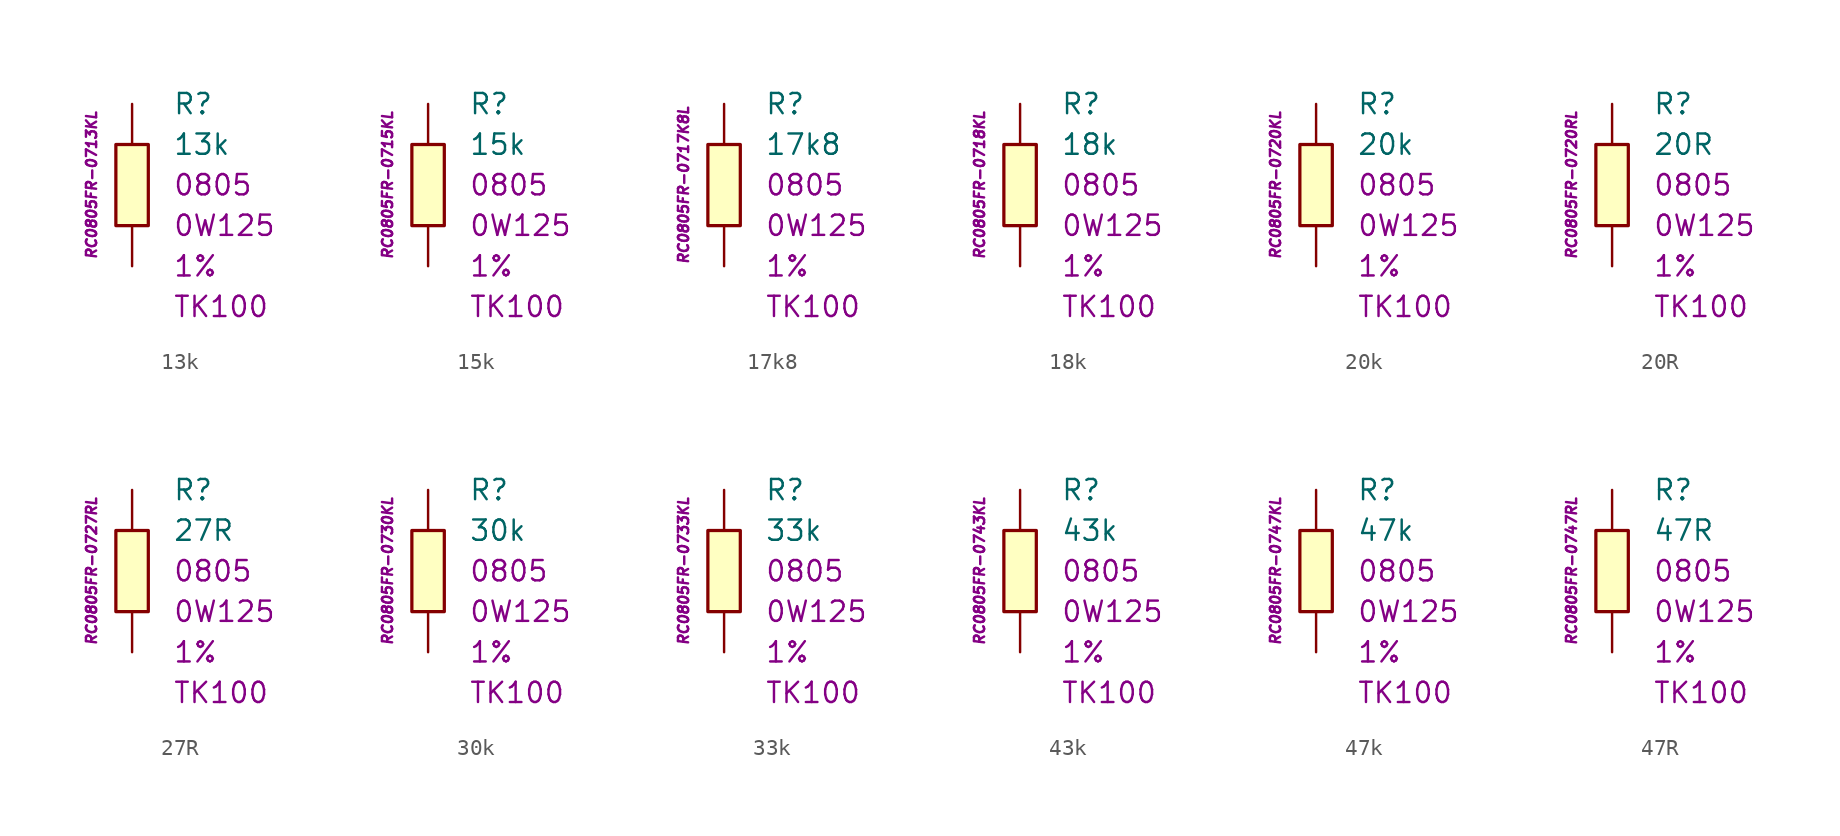
<source format=kicad_sym>
(kicad_symbol_lib
  (version 20201005)
  (generator kicad_symbol_editor)
  (symbol "13k"
    (pin_numbers hide)
    (pin_names
      (offset 1.016) hide)
    (property "Reference" "R"
      (at 2.54 5.08 0)
      (effects (font (size 1.27 1.27)) (justify left)))
    (property "Value" "13k"
      (at 2.54 2.54 0)
      (effects (font (size 1.27 1.27)) (justify left)))
    (property "Package" "0805"
      (at 2.54 0 0)
      (effects (font (size 1.27 1.27)) (justify left)))
    (property "Power" "0W125"
      (at 2.54 -2.54 0)
      (effects (font (size 1.27 1.27)) (justify left)))
    (property "Tolerance" "1%"
      (at 2.54 -5.08 0)
      (effects (font (size 1.27 1.27)) (justify left)))
    (property "TK" "TK100"
      (at 2.54 -7.62 0)
      (effects (font (size 1.27 1.27)) (justify left)))
    (property "ID" "RC0805FR-0713KL"
      (at -2.54 0 90)
      (effects (font (size 0.635 0.635) italic)))
    (symbol "13k_0_1"
      (rectangle (start -1.016 2.54) (end 1.016 -2.54) (stroke (width 0.203)) (fill (type background))))
    (symbol "13k_1_1"
      (pin passive line (at 0 5.08 270) (length 2.54) (name "~" (effects (font (size 1.778 1.778)))) (number "1" (effects (font (size 1.778 1.778)))))
      (pin passive line (at 0 -5.08 90) (length 2.54) (name "~" (effects (font (size 1.778 1.778)))) (number "2" (effects (font (size 1.778 1.778)))))))
  (symbol "15k"
    (pin_numbers hide)
    (pin_names
      (offset 1.016) hide)
    (property "Reference" "R"
      (at 2.54 5.08 0)
      (effects (font (size 1.27 1.27)) (justify left)))
    (property "Value" "15k"
      (at 2.54 2.54 0)
      (effects (font (size 1.27 1.27)) (justify left)))
    (property "Package" "0805"
      (at 2.54 0 0)
      (effects (font (size 1.27 1.27)) (justify left)))
    (property "Power" "0W125"
      (at 2.54 -2.54 0)
      (effects (font (size 1.27 1.27)) (justify left)))
    (property "Tolerance" "1%"
      (at 2.54 -5.08 0)
      (effects (font (size 1.27 1.27)) (justify left)))
    (property "TK" "TK100"
      (at 2.54 -7.62 0)
      (effects (font (size 1.27 1.27)) (justify left)))
    (property "ID" "RC0805FR-0715KL"
      (at -2.54 0 90)
      (effects (font (size 0.635 0.635) italic)))
    (symbol "15k_0_1"
      (rectangle (start -1.016 2.54) (end 1.016 -2.54) (stroke (width 0.203)) (fill (type background))))
    (symbol "15k_1_1"
      (pin passive line (at 0 5.08 270) (length 2.54) (name "~" (effects (font (size 1.778 1.778)))) (number "1" (effects (font (size 1.778 1.778)))))
      (pin passive line (at 0 -5.08 90) (length 2.54) (name "~" (effects (font (size 1.778 1.778)))) (number "2" (effects (font (size 1.778 1.778)))))))
  (symbol "17k8"
    (pin_numbers hide)
    (pin_names
      (offset 1.016) hide)
    (property "Reference" "R"
      (at 2.54 5.08 0)
      (effects (font (size 1.27 1.27)) (justify left)))
    (property "Value" "17k8"
      (at 2.54 2.54 0)
      (effects (font (size 1.27 1.27)) (justify left)))
    (property "Package" "0805"
      (at 2.54 0 0)
      (effects (font (size 1.27 1.27)) (justify left)))
    (property "Power" "0W125"
      (at 2.54 -2.54 0)
      (effects (font (size 1.27 1.27)) (justify left)))
    (property "Tolerance" "1%"
      (at 2.54 -5.08 0)
      (effects (font (size 1.27 1.27)) (justify left)))
    (property "TK" "TK100"
      (at 2.54 -7.62 0)
      (effects (font (size 1.27 1.27)) (justify left)))
    (property "ID" "RC0805FR-0717K8L"
      (at -2.54 0 90)
      (effects (font (size 0.635 0.635) italic)))
    (symbol "17k8_0_1"
      (rectangle (start -1.016 2.54) (end 1.016 -2.54) (stroke (width 0.203)) (fill (type background))))
    (symbol "17k8_1_1"
      (pin passive line (at 0 5.08 270) (length 2.54) (name "~" (effects (font (size 1.778 1.778)))) (number "1" (effects (font (size 1.778 1.778)))))
      (pin passive line (at 0 -5.08 90) (length 2.54) (name "~" (effects (font (size 1.778 1.778)))) (number "2" (effects (font (size 1.778 1.778)))))))
  (symbol "18k"
    (pin_numbers hide)
    (pin_names
      (offset 1.016) hide)
    (property "Reference" "R"
      (at 2.54 5.08 0)
      (effects (font (size 1.27 1.27)) (justify left)))
    (property "Value" "18k"
      (at 2.54 2.54 0)
      (effects (font (size 1.27 1.27)) (justify left)))
    (property "Package" "0805"
      (at 2.54 0 0)
      (effects (font (size 1.27 1.27)) (justify left)))
    (property "Power" "0W125"
      (at 2.54 -2.54 0)
      (effects (font (size 1.27 1.27)) (justify left)))
    (property "Tolerance" "1%"
      (at 2.54 -5.08 0)
      (effects (font (size 1.27 1.27)) (justify left)))
    (property "TK" "TK100"
      (at 2.54 -7.62 0)
      (effects (font (size 1.27 1.27)) (justify left)))
    (property "ID" "RC0805FR-0718KL"
      (at -2.54 0 90)
      (effects (font (size 0.635 0.635) italic)))
    (symbol "18k_0_1"
      (rectangle (start -1.016 2.54) (end 1.016 -2.54) (stroke (width 0.203)) (fill (type background))))
    (symbol "18k_1_1"
      (pin passive line (at 0 5.08 270) (length 2.54) (name "~" (effects (font (size 1.778 1.778)))) (number "1" (effects (font (size 1.778 1.778)))))
      (pin passive line (at 0 -5.08 90) (length 2.54) (name "~" (effects (font (size 1.778 1.778)))) (number "2" (effects (font (size 1.778 1.778)))))))
  (symbol "20k"
    (pin_numbers hide)
    (pin_names
      (offset 1.016) hide)
    (property "Reference" "R"
      (at 2.54 5.08 0)
      (effects (font (size 1.27 1.27)) (justify left)))
    (property "Value" "20k"
      (at 2.54 2.54 0)
      (effects (font (size 1.27 1.27)) (justify left)))
    (property "Package" "0805"
      (at 2.54 0 0)
      (effects (font (size 1.27 1.27)) (justify left)))
    (property "Power" "0W125"
      (at 2.54 -2.54 0)
      (effects (font (size 1.27 1.27)) (justify left)))
    (property "Tolerance" "1%"
      (at 2.54 -5.08 0)
      (effects (font (size 1.27 1.27)) (justify left)))
    (property "TK" "TK100"
      (at 2.54 -7.62 0)
      (effects (font (size 1.27 1.27)) (justify left)))
    (property "ID" "RC0805FR-0720KL"
      (at -2.54 0 90)
      (effects (font (size 0.635 0.635) italic)))
    (symbol "20k_0_1"
      (rectangle (start -1.016 2.54) (end 1.016 -2.54) (stroke (width 0.203)) (fill (type background))))
    (symbol "20k_1_1"
      (pin passive line (at 0 5.08 270) (length 2.54) (name "~" (effects (font (size 1.778 1.778)))) (number "1" (effects (font (size 1.778 1.778)))))
      (pin passive line (at 0 -5.08 90) (length 2.54) (name "~" (effects (font (size 1.778 1.778)))) (number "2" (effects (font (size 1.778 1.778)))))))
  (symbol "20R"
    (pin_numbers hide)
    (pin_names
      (offset 1.016) hide)
    (property "Reference" "R"
      (at 2.54 5.08 0)
      (effects (font (size 1.27 1.27)) (justify left)))
    (property "Value" "20R"
      (at 2.54 2.54 0)
      (effects (font (size 1.27 1.27)) (justify left)))
    (property "Package" "0805"
      (at 2.54 0 0)
      (effects (font (size 1.27 1.27)) (justify left)))
    (property "Power" "0W125"
      (at 2.54 -2.54 0)
      (effects (font (size 1.27 1.27)) (justify left)))
    (property "Tolerance" "1%"
      (at 2.54 -5.08 0)
      (effects (font (size 1.27 1.27)) (justify left)))
    (property "TK" "TK100"
      (at 2.54 -7.62 0)
      (effects (font (size 1.27 1.27)) (justify left)))
    (property "ID" "RC0805FR-0720RL"
      (at -2.54 0 90)
      (effects (font (size 0.635 0.635) italic)))
    (symbol "20R_0_1"
      (rectangle (start -1.016 2.54) (end 1.016 -2.54) (stroke (width 0.203)) (fill (type background))))
    (symbol "20R_1_1"
      (pin passive line (at 0 5.08 270) (length 2.54) (name "~" (effects (font (size 1.778 1.778)))) (number "1" (effects (font (size 1.778 1.778)))))
      (pin passive line (at 0 -5.08 90) (length 2.54) (name "~" (effects (font (size 1.778 1.778)))) (number "2" (effects (font (size 1.778 1.778)))))))
  (symbol "27R"
    (pin_numbers hide)
    (pin_names
      (offset 1.016) hide)
    (property "Reference" "R"
      (at 2.54 5.08 0)
      (effects (font (size 1.27 1.27)) (justify left)))
    (property "Value" "27R"
      (at 2.54 2.54 0)
      (effects (font (size 1.27 1.27)) (justify left)))
    (property "Package" "0805"
      (at 2.54 0 0)
      (effects (font (size 1.27 1.27)) (justify left)))
    (property "Power" "0W125"
      (at 2.54 -2.54 0)
      (effects (font (size 1.27 1.27)) (justify left)))
    (property "Tolerance" "1%"
      (at 2.54 -5.08 0)
      (effects (font (size 1.27 1.27)) (justify left)))
    (property "TK" "TK100"
      (at 2.54 -7.62 0)
      (effects (font (size 1.27 1.27)) (justify left)))
    (property "ID" "RC0805FR-0727RL"
      (at -2.54 0 90)
      (effects (font (size 0.635 0.635) italic)))
    (symbol "27R_0_1"
      (rectangle (start -1.016 2.54) (end 1.016 -2.54) (stroke (width 0.203)) (fill (type background))))
    (symbol "27R_1_1"
      (pin passive line (at 0 5.08 270) (length 2.54) (name "~" (effects (font (size 1.778 1.778)))) (number "1" (effects (font (size 1.778 1.778)))))
      (pin passive line (at 0 -5.08 90) (length 2.54) (name "~" (effects (font (size 1.778 1.778)))) (number "2" (effects (font (size 1.778 1.778)))))))
  (symbol "30k"
    (pin_numbers hide)
    (pin_names
      (offset 1.016) hide)
    (property "Reference" "R"
      (at 2.54 5.08 0)
      (effects (font (size 1.27 1.27)) (justify left)))
    (property "Value" "30k"
      (at 2.54 2.54 0)
      (effects (font (size 1.27 1.27)) (justify left)))
    (property "Package" "0805"
      (at 2.54 0 0)
      (effects (font (size 1.27 1.27)) (justify left)))
    (property "Power" "0W125"
      (at 2.54 -2.54 0)
      (effects (font (size 1.27 1.27)) (justify left)))
    (property "Tolerance" "1%"
      (at 2.54 -5.08 0)
      (effects (font (size 1.27 1.27)) (justify left)))
    (property "TK" "TK100"
      (at 2.54 -7.62 0)
      (effects (font (size 1.27 1.27)) (justify left)))
    (property "ID" "RC0805FR-0730KL"
      (at -2.54 0 90)
      (effects (font (size 0.635 0.635) italic)))
    (symbol "30k_0_1"
      (rectangle (start -1.016 2.54) (end 1.016 -2.54) (stroke (width 0.203)) (fill (type background))))
    (symbol "30k_1_1"
      (pin passive line (at 0 5.08 270) (length 2.54) (name "~" (effects (font (size 1.778 1.778)))) (number "1" (effects (font (size 1.778 1.778)))))
      (pin passive line (at 0 -5.08 90) (length 2.54) (name "~" (effects (font (size 1.778 1.778)))) (number "2" (effects (font (size 1.778 1.778)))))))
  (symbol "33k"
    (pin_numbers hide)
    (pin_names
      (offset 1.016) hide)
    (property "Reference" "R"
      (at 2.54 5.08 0)
      (effects (font (size 1.27 1.27)) (justify left)))
    (property "Value" "33k"
      (at 2.54 2.54 0)
      (effects (font (size 1.27 1.27)) (justify left)))
    (property "Package" "0805"
      (at 2.54 0 0)
      (effects (font (size 1.27 1.27)) (justify left)))
    (property "Power" "0W125"
      (at 2.54 -2.54 0)
      (effects (font (size 1.27 1.27)) (justify left)))
    (property "Tolerance" "1%"
      (at 2.54 -5.08 0)
      (effects (font (size 1.27 1.27)) (justify left)))
    (property "TK" "TK100"
      (at 2.54 -7.62 0)
      (effects (font (size 1.27 1.27)) (justify left)))
    (property "ID" "RC0805FR-0733KL"
      (at -2.54 0 90)
      (effects (font (size 0.635 0.635) italic)))
    (symbol "33k_0_1"
      (rectangle (start -1.016 2.54) (end 1.016 -2.54) (stroke (width 0.203)) (fill (type background))))
    (symbol "33k_1_1"
      (pin passive line (at 0 5.08 270) (length 2.54) (name "~" (effects (font (size 1.778 1.778)))) (number "1" (effects (font (size 1.778 1.778)))))
      (pin passive line (at 0 -5.08 90) (length 2.54) (name "~" (effects (font (size 1.778 1.778)))) (number "2" (effects (font (size 1.778 1.778)))))))
  (symbol "43k"
    (pin_numbers hide)
    (pin_names
      (offset 1.016) hide)
    (property "Reference" "R"
      (at 2.54 5.08 0)
      (effects (font (size 1.27 1.27)) (justify left)))
    (property "Value" "43k"
      (at 2.54 2.54 0)
      (effects (font (size 1.27 1.27)) (justify left)))
    (property "Package" "0805"
      (at 2.54 0 0)
      (effects (font (size 1.27 1.27)) (justify left)))
    (property "Power" "0W125"
      (at 2.54 -2.54 0)
      (effects (font (size 1.27 1.27)) (justify left)))
    (property "Tolerance" "1%"
      (at 2.54 -5.08 0)
      (effects (font (size 1.27 1.27)) (justify left)))
    (property "TK" "TK100"
      (at 2.54 -7.62 0)
      (effects (font (size 1.27 1.27)) (justify left)))
    (property "ID" "RC0805FR-0743KL"
      (at -2.54 0 90)
      (effects (font (size 0.635 0.635) italic)))
    (symbol "43k_0_1"
      (rectangle (start -1.016 2.54) (end 1.016 -2.54) (stroke (width 0.203)) (fill (type background))))
    (symbol "43k_1_1"
      (pin passive line (at 0 5.08 270) (length 2.54) (name "~" (effects (font (size 1.778 1.778)))) (number "1" (effects (font (size 1.778 1.778)))))
      (pin passive line (at 0 -5.08 90) (length 2.54) (name "~" (effects (font (size 1.778 1.778)))) (number "2" (effects (font (size 1.778 1.778)))))))
  (symbol "47k"
    (pin_numbers hide)
    (pin_names
      (offset 1.016) hide)
    (property "Reference" "R"
      (at 2.54 5.08 0)
      (effects (font (size 1.27 1.27)) (justify left)))
    (property "Value" "47k"
      (at 2.54 2.54 0)
      (effects (font (size 1.27 1.27)) (justify left)))
    (property "Package" "0805"
      (at 2.54 0 0)
      (effects (font (size 1.27 1.27)) (justify left)))
    (property "Power" "0W125"
      (at 2.54 -2.54 0)
      (effects (font (size 1.27 1.27)) (justify left)))
    (property "Tolerance" "1%"
      (at 2.54 -5.08 0)
      (effects (font (size 1.27 1.27)) (justify left)))
    (property "TK" "TK100"
      (at 2.54 -7.62 0)
      (effects (font (size 1.27 1.27)) (justify left)))
    (property "ID" "RC0805FR-0747KL"
      (at -2.54 0 90)
      (effects (font (size 0.635 0.635) italic)))
    (symbol "47k_0_1"
      (rectangle (start -1.016 2.54) (end 1.016 -2.54) (stroke (width 0.203)) (fill (type background))))
    (symbol "47k_1_1"
      (pin passive line (at 0 5.08 270) (length 2.54) (name "~" (effects (font (size 1.778 1.778)))) (number "1" (effects (font (size 1.778 1.778)))))
      (pin passive line (at 0 -5.08 90) (length 2.54) (name "~" (effects (font (size 1.778 1.778)))) (number "2" (effects (font (size 1.778 1.778)))))))
  (symbol "47R"
    (pin_numbers hide)
    (pin_names
      (offset 1.016) hide)
    (property "Reference" "R"
      (at 2.54 5.08 0)
      (effects (font (size 1.27 1.27)) (justify left)))
    (property "Value" "47R"
      (at 2.54 2.54 0)
      (effects (font (size 1.27 1.27)) (justify left)))
    (property "Package" "0805"
      (at 2.54 0 0)
      (effects (font (size 1.27 1.27)) (justify left)))
    (property "Power" "0W125"
      (at 2.54 -2.54 0)
      (effects (font (size 1.27 1.27)) (justify left)))
    (property "Tolerance" "1%"
      (at 2.54 -5.08 0)
      (effects (font (size 1.27 1.27)) (justify left)))
    (property "TK" "TK100"
      (at 2.54 -7.62 0)
      (effects (font (size 1.27 1.27)) (justify left)))
    (property "ID" "RC0805FR-0747RL"
      (at -2.54 0 90)
      (effects (font (size 0.635 0.635) italic)))
    (symbol "47R_0_1"
      (rectangle (start -1.016 2.54) (end 1.016 -2.54) (stroke (width 0.203)) (fill (type background))))
    (symbol "47R_1_1"
      (pin passive line (at 0 5.08 270) (length 2.54) (name "~" (effects (font (size 1.778 1.778)))) (number "1" (effects (font (size 1.778 1.778)))))
      (pin passive line (at 0 -5.08 90) (length 2.54) (name "~" (effects (font (size 1.778 1.778)))) (number "2" (effects (font (size 1.778 1.778))))))))
</source>
